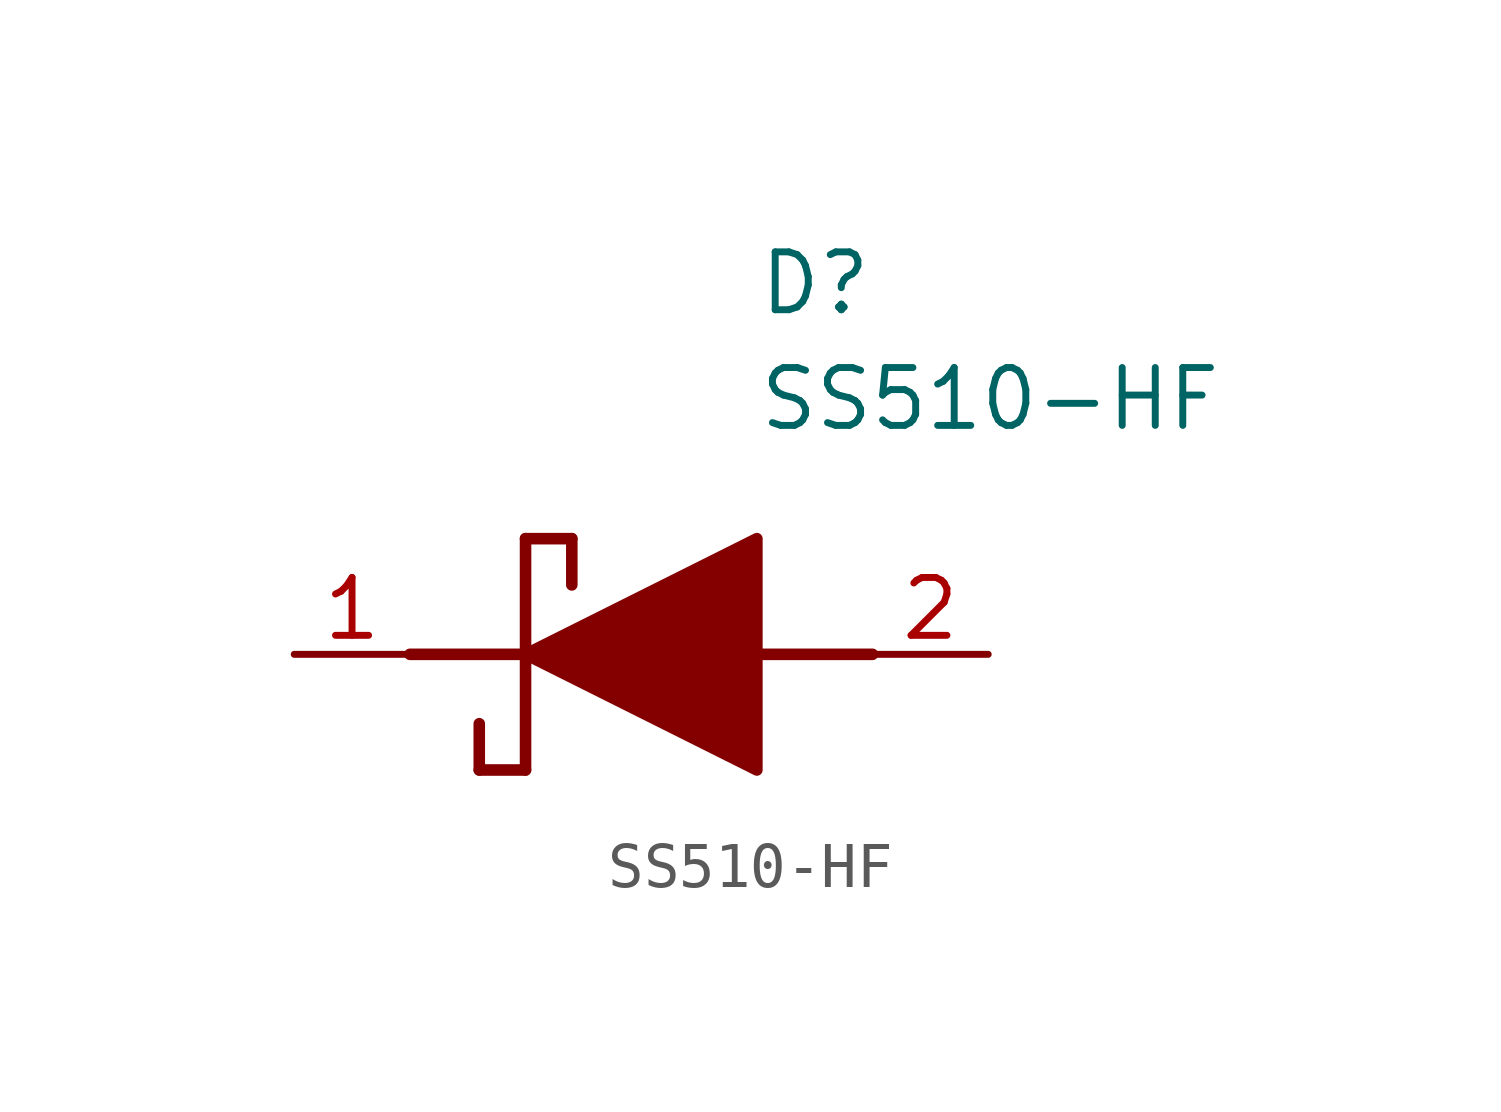
<source format=kicad_sym>
(kicad_symbol_lib
  (version 20211014)
  (generator SamacSys_ECAD_Model)
  (symbol "SS510-HF"
    (pin_names hide)
    (property "Reference" "D"
      (at 12.7 8.89 0)
      (effects (font (size 1.27 1.27)) (justify left top)))
    (property "Value" "SS510-HF"
      (at 12.7 6.35 0)
      (effects (font (size 1.27 1.27)) (justify left top)))
    (polyline
      (pts (xy 7.62 2.54) (xy 7.62 -2.54))
      (stroke (width 0.254) (type default))
      (fill (type none)))
    (polyline
      (pts (xy 7.62 2.54) (xy 8.636 2.54))
      (stroke (width 0.254) (type default))
      (fill (type none)))
    (polyline
      (pts (xy 8.636 1.524) (xy 8.636 2.54))
      (stroke (width 0.254) (type default))
      (fill (type none)))
    (polyline
      (pts (xy 7.62 -2.54) (xy 6.604 -2.54))
      (stroke (width 0.254) (type default))
      (fill (type none)))
    (polyline
      (pts (xy 6.604 -1.524) (xy 6.604 -2.54))
      (stroke (width 0.254) (type default))
      (fill (type none)))
    (polyline
      (pts (xy 5.08 0) (xy 7.62 0))
      (stroke (width 0.254) (type default))
      (fill (type none)))
    (polyline
      (pts (xy 12.7 0) (xy 15.24 0))
      (stroke (width 0.254) (type default))
      (fill (type none)))
    (polyline
      (pts (xy 7.62 0) (xy 12.7 2.54) (xy 12.7 -2.54) (xy 7.62 0))
      (stroke (width 0.254) (type default))
      (fill (type outline)))
    (pin passive line
      (at 2.54 0 0)
      (length 2.54)
      (name "K" (effects (font (size 1.27 1.27))))
      (number "1" (effects (font (size 1.27 1.27)))))
    (pin passive line
      (at 17.78 0 180)
      (length 2.54)
      (name "A" (effects (font (size 1.27 1.27))))
      (number "2" (effects (font (size 1.27 1.27)))))))
</source>
